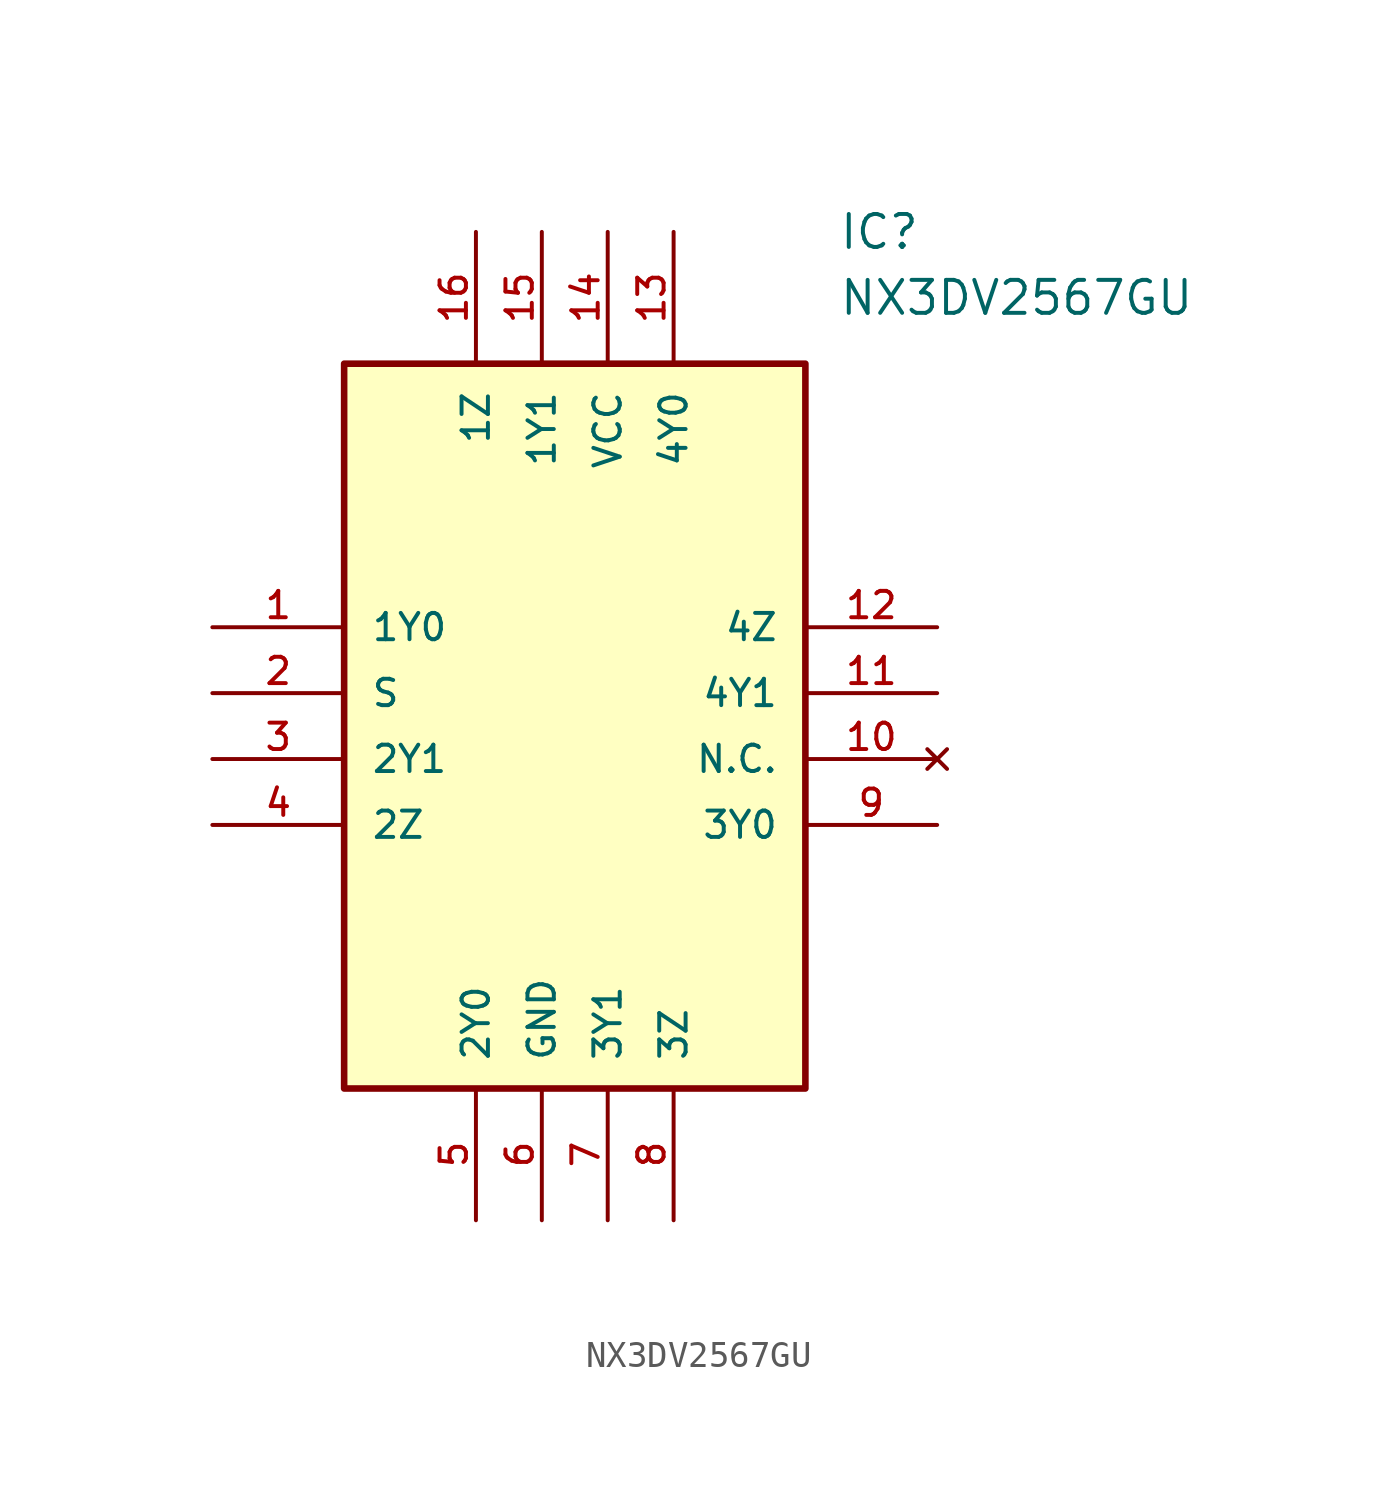
<source format=kicad_sym>
(kicad_symbol_lib
  (version 20211014)
  (generator kicad_symbol_editor)
  (symbol "NX3DV2567GU"
    (pin_names
      (offset 1.016))
    (property "Reference" "IC"
      (at 24.13 15.24 0)
      (effects (font (size 1.27 1.27)) (justify left)))
    (property "Value" "NX3DV2567GU"
      (at 24.13 12.7 0)
      (effects (font (size 1.27 1.27)) (justify left)))
    (symbol "NX3DV2567GU_0_0"
      (rectangle (start 5.08 -17.78) (end 22.86 10.16) (stroke (width 0.254)) (fill (type background)))
      (pin bidirectional line (at 0.0 0.0 0) (length 5.08) (name "1Y0" (effects (font (size 1.016 1.016)))) (number "1" (effects (font (size 1.016 1.016)))))
      (pin bidirectional line (at 0.0 -2.54 0) (length 5.08) (name "S" (effects (font (size 1.016 1.016)))) (number "2" (effects (font (size 1.016 1.016)))))
      (pin bidirectional line (at 0.0 -5.08 0) (length 5.08) (name "2Y1" (effects (font (size 1.016 1.016)))) (number "3" (effects (font (size 1.016 1.016)))))
      (pin bidirectional line (at 0.0 -7.62 0) (length 5.08) (name "2Z" (effects (font (size 1.016 1.016)))) (number "4" (effects (font (size 1.016 1.016)))))
      (pin bidirectional line (at 10.16 -22.86 90.0) (length 5.08) (name "2Y0" (effects (font (size 1.016 1.016)))) (number "5" (effects (font (size 1.016 1.016)))))
      (pin bidirectional line (at 12.7 -22.86 90.0) (length 5.08) (name "GND" (effects (font (size 1.016 1.016)))) (number "6" (effects (font (size 1.016 1.016)))))
      (pin bidirectional line (at 15.24 -22.86 90.0) (length 5.08) (name "3Y1" (effects (font (size 1.016 1.016)))) (number "7" (effects (font (size 1.016 1.016)))))
      (pin bidirectional line (at 17.78 -22.86 90.0) (length 5.08) (name "3Z" (effects (font (size 1.016 1.016)))) (number "8" (effects (font (size 1.016 1.016)))))
      (pin bidirectional line (at 27.94 0.0 180.0) (length 5.08) (name "4Z" (effects (font (size 1.016 1.016)))) (number "12" (effects (font (size 1.016 1.016)))))
      (pin bidirectional line (at 27.94 -2.54 180.0) (length 5.08) (name "4Y1" (effects (font (size 1.016 1.016)))) (number "11" (effects (font (size 1.016 1.016)))))
      (pin no_connect line (at 27.94 -5.08 180.0) (length 5.08) (name "N.C." (effects (font (size 1.016 1.016)))) (number "10" (effects (font (size 1.016 1.016)))))
      (pin bidirectional line (at 27.94 -7.62 180.0) (length 5.08) (name "3Y0" (effects (font (size 1.016 1.016)))) (number "9" (effects (font (size 1.016 1.016)))))
      (pin bidirectional line (at 10.16 15.24 270.0) (length 5.08) (name "1Z" (effects (font (size 1.016 1.016)))) (number "16" (effects (font (size 1.016 1.016)))))
      (pin bidirectional line (at 12.7 15.24 270.0) (length 5.08) (name "1Y1" (effects (font (size 1.016 1.016)))) (number "15" (effects (font (size 1.016 1.016)))))
      (pin bidirectional line (at 15.24 15.24 270.0) (length 5.08) (name "VCC" (effects (font (size 1.016 1.016)))) (number "14" (effects (font (size 1.016 1.016)))))
      (pin bidirectional line (at 17.78 15.24 270.0) (length 5.08) (name "4Y0" (effects (font (size 1.016 1.016)))) (number "13" (effects (font (size 1.016 1.016))))))))
</source>
